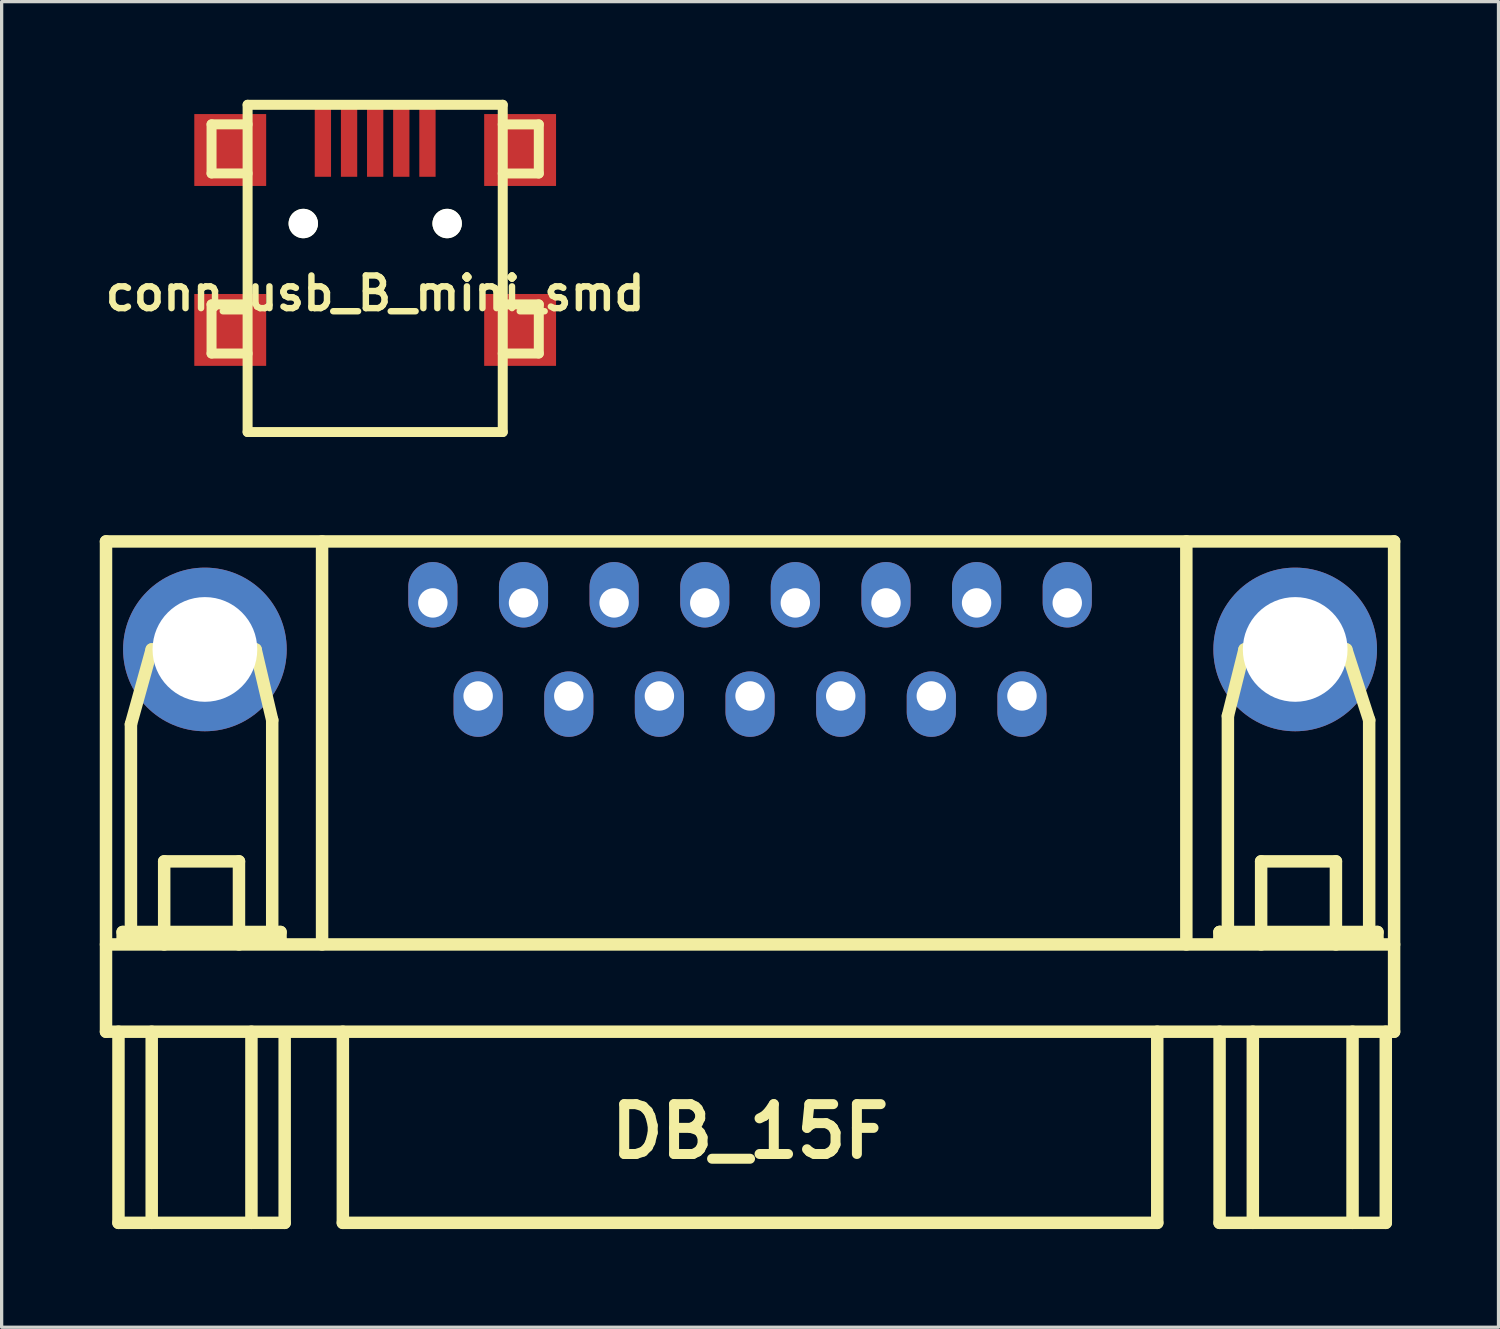
<source format=kicad_pcb>
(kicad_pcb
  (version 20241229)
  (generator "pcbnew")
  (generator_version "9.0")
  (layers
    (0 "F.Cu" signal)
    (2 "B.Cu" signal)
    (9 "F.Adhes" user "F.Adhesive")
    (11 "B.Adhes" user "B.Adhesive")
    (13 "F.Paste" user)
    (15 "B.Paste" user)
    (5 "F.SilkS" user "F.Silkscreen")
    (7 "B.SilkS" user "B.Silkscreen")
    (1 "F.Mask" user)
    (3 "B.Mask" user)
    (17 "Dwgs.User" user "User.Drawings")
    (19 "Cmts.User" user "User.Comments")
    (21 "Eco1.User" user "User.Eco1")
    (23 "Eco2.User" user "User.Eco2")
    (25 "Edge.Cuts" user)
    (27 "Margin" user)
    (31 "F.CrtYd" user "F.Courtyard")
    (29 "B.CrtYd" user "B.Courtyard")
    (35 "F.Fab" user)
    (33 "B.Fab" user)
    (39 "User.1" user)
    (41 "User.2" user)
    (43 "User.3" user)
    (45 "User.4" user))
  (footprint "conn_usb_B_mini_smd"
    (layer "F.Cu")
    (at 8.417 5.154)
    (property "Reference" "conn_usb_B_mini_smd" (at 0 0.762 0) (layer "F.SilkS") (effects (font (size 0.998 0.998) (thickness 0.196))))
    (attr through_hole)
    (fp_line (start -5.001 -4.404) (end -5.001 -2.903) (stroke (width 0.305) (type solid)) (layer "F.SilkS"))
    (fp_line (start -5.001 -2.903) (end -3.899 -2.903) (stroke (width 0.305) (type solid)) (layer "F.SilkS"))
    (fp_line (start -5.001 1.1) (end -5.001 2.601) (stroke (width 0.305) (type solid)) (layer "F.SilkS"))
    (fp_line (start -5.001 2.601) (end -3.899 2.601) (stroke (width 0.305) (type solid)) (layer "F.SilkS"))
    (fp_line (start -3.899 -5.001) (end -3.899 5.001) (stroke (width 0.305) (type solid)) (layer "F.SilkS"))
    (fp_line (start -3.899 -4.404) (end -5.001 -4.404) (stroke (width 0.305) (type solid)) (layer "F.SilkS"))
    (fp_line (start -3.899 1.1) (end -5.001 1.1) (stroke (width 0.305) (type solid)) (layer "F.SilkS"))
    (fp_line (start -3.899 5.001) (end 3.899 5.001) (stroke (width 0.305) (type solid)) (layer "F.SilkS"))
    (fp_line (start 3.899 -5.001) (end -3.899 -5.001) (stroke (width 0.305) (type solid)) (layer "F.SilkS"))
    (fp_line (start 3.899 -4.402) (end 5.001 -4.402) (stroke (width 0.305) (type solid)) (layer "F.SilkS"))
    (fp_line (start 3.899 1.1) (end 5.001 1.1) (stroke (width 0.305) (type solid)) (layer "F.SilkS"))
    (fp_line (start 3.899 5.001) (end 3.899 -5.001) (stroke (width 0.305) (type solid)) (layer "F.SilkS"))
    (fp_line (start 5.001 -4.402) (end 5.001 -2.901) (stroke (width 0.305) (type solid)) (layer "F.SilkS"))
    (fp_line (start 5.001 -2.901) (end 3.899 -2.901) (stroke (width 0.305) (type solid)) (layer "F.SilkS"))
    (fp_line (start 5.001 1.1) (end 5.001 2.601) (stroke (width 0.305) (type solid)) (layer "F.SilkS"))
    (fp_line (start 5.001 2.601) (end 3.899 2.601) (stroke (width 0.305) (type solid)) (layer "F.SilkS"))
    (pad "" smd rect (at -4.43 -3.619) (size 2.197 2.197) (layers "F.Cu" "F.Mask" "F.Paste"))
    (pad "" smd rect (at -4.43 1.88) (size 2.197 2.197) (layers "F.Cu" "F.Mask" "F.Paste"))
    (pad "" np_thru_hole circle (at -2.197 -1.372) (size 0.899 0.899) (drill 0.899) (layers "*.Cu" "*.Mask" "F.SilkS"))
    (pad "" np_thru_hole circle (at 2.2 -1.372) (size 0.899 0.899) (drill 0.899) (layers "*.Cu" "*.Mask" "F.SilkS"))
    (pad "" smd rect (at 4.43 -3.619) (size 2.197 2.197) (layers "F.Cu" "F.Mask" "F.Paste"))
    (pad "" smd rect (at 4.43 1.88) (size 2.197 2.197) (layers "F.Cu" "F.Mask" "F.Paste"))
    (pad "1" smd rect (at -1.598 -3.899) (size 0.498 2.197) (layers "F.Cu" "F.Mask" "F.Paste"))
    (pad "2" smd rect (at -0.798 -3.899) (size 0.498 2.197) (layers "F.Cu" "F.Mask" "F.Paste"))
    (pad "3" smd rect (at 0 -3.899) (size 0.498 2.197) (layers "F.Cu" "F.Mask" "F.Paste"))
    (pad "4" smd rect (at 0.798 -3.899) (size 0.498 2.197) (layers "F.Cu" "F.Mask" "F.Paste"))
    (pad "5" smd rect (at 1.598 -3.899) (size 0.498 2.197) (layers "F.Cu" "F.Mask" "F.Paste")))
  (footprint "DB_15F"
    (layer "F.Cu")
    (at 19.875 23.912)
    (property "Reference" "DB_15F" (at 0 7.62 0) (layer "F.SilkS") (effects (font (size 1.524 1.524) (thickness 0.305))))
    (attr through_hole)
    (fp_line (start -19.685 -10.414) (end -19.685 4.572) (stroke (width 0.381) (type solid)) (layer "F.SilkS"))
    (fp_line (start -19.685 4.572) (end 19.685 4.572) (stroke (width 0.381) (type solid)) (layer "F.SilkS"))
    (fp_line (start -19.304 4.572) (end -19.304 10.414) (stroke (width 0.381) (type solid)) (layer "F.SilkS"))
    (fp_line (start -19.304 10.414) (end -14.224 10.414) (stroke (width 0.381) (type solid)) (layer "F.SilkS"))
    (fp_line (start -19.177 1.524) (end -19.177 1.778) (stroke (width 0.381) (type solid)) (layer "F.SilkS"))
    (fp_line (start -19.177 1.778) (end -14.351 1.778) (stroke (width 0.381) (type solid)) (layer "F.SilkS"))
    (fp_line (start -18.923 -4.826) (end -18.288 -7.112) (stroke (width 0.381) (type solid)) (layer "F.SilkS"))
    (fp_line (start -18.923 1.524) (end -18.923 -4.826) (stroke (width 0.381) (type solid)) (layer "F.SilkS"))
    (fp_line (start -18.288 -7.112) (end -15.113 -7.112) (stroke (width 0.381) (type solid)) (layer "F.SilkS"))
    (fp_line (start -18.288 4.572) (end -18.288 10.414) (stroke (width 0.381) (type solid)) (layer "F.SilkS"))
    (fp_line (start -17.907 -0.635) (end -15.621 -0.635) (stroke (width 0.381) (type solid)) (layer "F.SilkS"))
    (fp_line (start -17.907 1.905) (end -17.907 -0.635) (stroke (width 0.381) (type solid)) (layer "F.SilkS"))
    (fp_line (start -15.621 -0.635) (end -15.621 1.905) (stroke (width 0.381) (type solid)) (layer "F.SilkS"))
    (fp_line (start -15.24 4.572) (end -15.24 10.414) (stroke (width 0.381) (type solid)) (layer "F.SilkS"))
    (fp_line (start -15.113 -7.112) (end -14.605 -4.953) (stroke (width 0.381) (type solid)) (layer "F.SilkS"))
    (fp_line (start -14.605 -4.953) (end -14.605 1.524) (stroke (width 0.381) (type solid)) (layer "F.SilkS"))
    (fp_line (start -14.351 1.524) (end -19.177 1.524) (stroke (width 0.381) (type solid)) (layer "F.SilkS"))
    (fp_line (start -14.351 1.778) (end -14.351 1.524) (stroke (width 0.381) (type solid)) (layer "F.SilkS"))
    (fp_line (start -14.224 10.414) (end -14.224 4.699) (stroke (width 0.381) (type solid)) (layer "F.SilkS"))
    (fp_line (start -13.081 1.905) (end -13.081 -10.414) (stroke (width 0.381) (type solid)) (layer "F.SilkS"))
    (fp_line (start -12.446 4.572) (end -12.446 10.414) (stroke (width 0.381) (type solid)) (layer "F.SilkS"))
    (fp_line (start 12.446 10.414) (end -12.446 10.414) (stroke (width 0.381) (type solid)) (layer "F.SilkS"))
    (fp_line (start 12.446 10.414) (end 12.446 4.572) (stroke (width 0.381) (type solid)) (layer "F.SilkS"))
    (fp_line (start 13.335 1.905) (end 13.335 -10.414) (stroke (width 0.381) (type solid)) (layer "F.SilkS"))
    (fp_line (start 14.351 1.524) (end 14.351 1.778) (stroke (width 0.381) (type solid)) (layer "F.SilkS"))
    (fp_line (start 14.351 1.524) (end 14.351 1.778) (stroke (width 0.381) (type solid)) (layer "F.SilkS"))
    (fp_line (start 14.351 1.778) (end 19.177 1.778) (stroke (width 0.381) (type solid)) (layer "F.SilkS"))
    (fp_line (start 14.351 4.572) (end 14.351 10.414) (stroke (width 0.381) (type solid)) (layer "F.SilkS"))
    (fp_line (start 14.351 10.414) (end 19.431 10.414) (stroke (width 0.381) (type solid)) (layer "F.SilkS"))
    (fp_line (start 14.605 1.524) (end 14.605 -5.08) (stroke (width 0.381) (type solid)) (layer "F.SilkS"))
    (fp_line (start 15.113 -7.112) (end 14.605 -5.08) (stroke (width 0.381) (type solid)) (layer "F.SilkS"))
    (fp_line (start 15.367 4.572) (end 15.367 10.414) (stroke (width 0.381) (type solid)) (layer "F.SilkS"))
    (fp_line (start 15.621 -0.635) (end 17.907 -0.635) (stroke (width 0.381) (type solid)) (layer "F.SilkS"))
    (fp_line (start 15.621 1.905) (end 15.621 -0.635) (stroke (width 0.381) (type solid)) (layer "F.SilkS"))
    (fp_line (start 17.907 -0.635) (end 17.907 1.905) (stroke (width 0.381) (type solid)) (layer "F.SilkS"))
    (fp_line (start 18.224 -7.112) (end 15.113 -7.112) (stroke (width 0.381) (type solid)) (layer "F.SilkS"))
    (fp_line (start 18.415 4.572) (end 18.415 10.414) (stroke (width 0.381) (type solid)) (layer "F.SilkS"))
    (fp_line (start 18.923 -4.953) (end 18.224 -7.112) (stroke (width 0.381) (type solid)) (layer "F.SilkS"))
    (fp_line (start 18.923 -4.953) (end 18.923 1.524) (stroke (width 0.381) (type solid)) (layer "F.SilkS"))
    (fp_line (start 19.177 1.524) (end 14.351 1.524) (stroke (width 0.381) (type solid)) (layer "F.SilkS"))
    (fp_line (start 19.177 1.778) (end 19.177 1.524) (stroke (width 0.381) (type solid)) (layer "F.SilkS"))
    (fp_line (start 19.431 4.572) (end 19.431 10.414) (stroke (width 0.381) (type solid)) (layer "F.SilkS"))
    (fp_line (start 19.685 -10.414) (end -19.685 -10.414) (stroke (width 0.381) (type solid)) (layer "F.SilkS"))
    (fp_line (start 19.685 1.905) (end -19.685 1.905) (stroke (width 0.381) (type solid)) (layer "F.SilkS"))
    (fp_line (start 19.685 4.572) (end 19.685 -10.414) (stroke (width 0.381) (type solid)) (layer "F.SilkS"))
    (pad "" thru_hole circle (at -16.662 -7.112) (size 5.001 5.001) (drill 3.2) (layers "*.Cu" "*.Mask"))
    (pad "" thru_hole circle (at 16.662 -7.112) (size 5.001 5.001) (drill 3.2) (layers "*.Cu" "*.Mask"))
    (pad "1" thru_hole oval (at 9.695 -8.534) (size 1.501 1.999) (drill 0.899 (offset 0 -0.249)) (layers "*.Cu" "*.Mask"))
    (pad "2" thru_hole oval (at 6.924 -8.534) (size 1.501 1.999) (drill 0.899 (offset 0 -0.249)) (layers "*.Cu" "*.Mask"))
    (pad "3" thru_hole oval (at 4.155 -8.534) (size 1.501 1.999) (drill 0.899 (offset 0 -0.249)) (layers "*.Cu" "*.Mask"))
    (pad "4" thru_hole oval (at 1.384 -8.534) (size 1.501 1.999) (drill 0.899 (offset 0 -0.249)) (layers "*.Cu" "*.Mask"))
    (pad "5" thru_hole oval (at -1.384 -8.534) (size 1.501 1.999) (drill 0.899 (offset 0 -0.249)) (layers "*.Cu" "*.Mask"))
    (pad "6" thru_hole oval (at -4.155 -8.534) (size 1.501 1.999) (drill 0.899 (offset 0 -0.249)) (layers "*.Cu" "*.Mask"))
    (pad "7" thru_hole oval (at -6.924 -8.534) (size 1.501 1.999) (drill 0.899 (offset 0 -0.249)) (layers "*.Cu" "*.Mask"))
    (pad "8" thru_hole oval (at -9.695 -8.534) (size 1.501 1.999) (drill 0.899 (offset 0 -0.249)) (layers "*.Cu" "*.Mask"))
    (pad "9" thru_hole oval (at 8.311 -5.69) (size 1.501 1.999) (drill 0.899 (offset 0 0.249)) (layers "*.Cu" "*.Mask"))
    (pad "10" thru_hole oval (at 5.54 -5.69) (size 1.501 1.999) (drill 0.899 (offset 0 0.249)) (layers "*.Cu" "*.Mask"))
    (pad "11" thru_hole oval (at 2.771 -5.69) (size 1.501 1.999) (drill 0.899 (offset 0 0.249)) (layers "*.Cu" "*.Mask"))
    (pad "12" thru_hole oval (at 0 -5.69) (size 1.501 1.999) (drill 0.899 (offset 0 0.249)) (layers "*.Cu" "*.Mask"))
    (pad "13" thru_hole oval (at -2.771 -5.69) (size 1.501 1.999) (drill 0.899 (offset 0 0.249)) (layers "*.Cu" "*.Mask"))
    (pad "14" thru_hole oval (at -5.54 -5.69) (size 1.501 1.999) (drill 0.899 (offset 0 0.249)) (layers "*.Cu" "*.Mask"))
    (pad "15" thru_hole oval (at -8.311 -5.69) (size 1.501 1.999) (drill 0.899 (offset 0 0.249)) (layers "*.Cu" "*.Mask")))
  (gr_rect
    (start -3 -3)
    (end 42.751 37.516)
    (stroke (width 0.1) (type default))
    (fill no)
    (layer "Edge.Cuts")))
</source>
